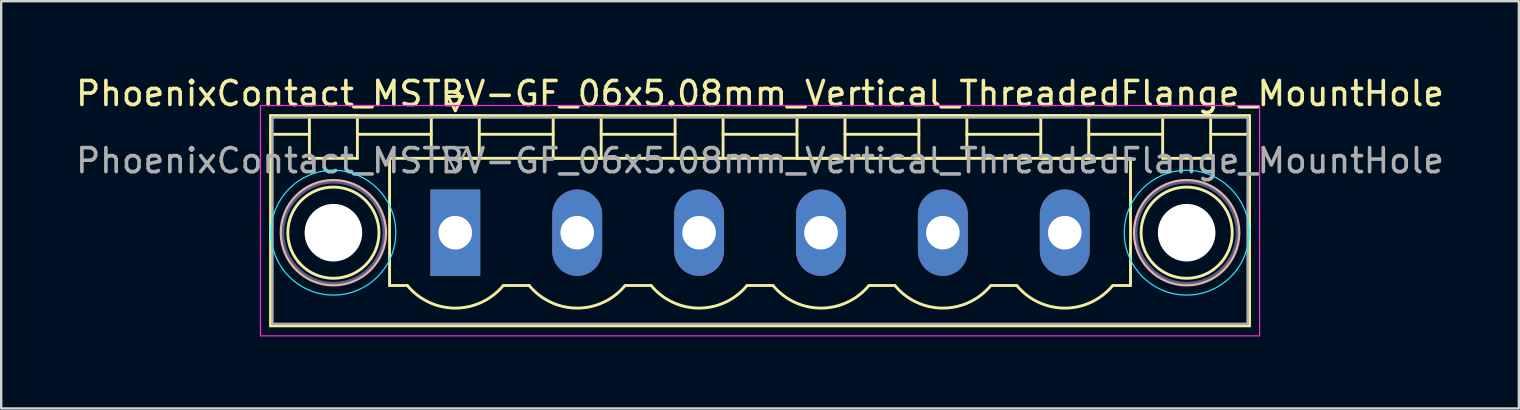
<source format=kicad_pcb>
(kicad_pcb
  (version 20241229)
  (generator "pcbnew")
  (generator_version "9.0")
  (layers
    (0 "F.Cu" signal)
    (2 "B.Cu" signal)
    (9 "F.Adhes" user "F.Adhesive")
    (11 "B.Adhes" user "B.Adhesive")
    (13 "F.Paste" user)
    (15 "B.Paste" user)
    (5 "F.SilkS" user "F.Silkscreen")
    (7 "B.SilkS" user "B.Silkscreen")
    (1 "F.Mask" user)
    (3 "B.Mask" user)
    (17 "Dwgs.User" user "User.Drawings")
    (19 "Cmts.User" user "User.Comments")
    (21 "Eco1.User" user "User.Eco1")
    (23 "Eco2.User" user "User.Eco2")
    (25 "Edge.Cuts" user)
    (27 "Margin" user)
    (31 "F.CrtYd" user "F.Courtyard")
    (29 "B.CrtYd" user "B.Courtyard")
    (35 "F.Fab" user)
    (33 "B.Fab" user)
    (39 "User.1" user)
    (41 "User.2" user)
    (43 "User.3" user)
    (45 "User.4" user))
  (footprint "PhoenixContact_MSTBV-GF_06x5.08mm_Vertical_ThreadedFlange_MountHole"
    (layer "F.Cu")
    (at 15.925 6.648)
    (property "Reference" "PhoenixContact_MSTBV-GF_06x5.08mm_Vertical_ThreadedFlange_MountHole" (at 12.7 -5.8 0) (layer "F.SilkS") (effects (font (size 1 1) (thickness 0.15))))
    (attr through_hole)
    (fp_line (start -7.7 -4.88) (end -7.7 3.88) (stroke (width 0.12) (type solid)) (layer "F.SilkS"))
    (fp_line (start -7.7 -4.1) (end -6.16 -4.1) (stroke (width 0.12) (type solid)) (layer "F.SilkS"))
    (fp_line (start -7.7 3.88) (end 33.1 3.88) (stroke (width 0.12) (type solid)) (layer "F.SilkS"))
    (fp_line (start -6.08 -4.88) (end -4.08 -4.88) (stroke (width 0.12) (type solid)) (layer "F.SilkS"))
    (fp_line (start -6.08 -3.1) (end -6.08 -4.88) (stroke (width 0.12) (type solid)) (layer "F.SilkS"))
    (fp_line (start -4.08 -4.88) (end -4.08 -3.1) (stroke (width 0.12) (type solid)) (layer "F.SilkS"))
    (fp_line (start -4.08 -4.1) (end -1 -4.1) (stroke (width 0.12) (type solid)) (layer "F.SilkS"))
    (fp_line (start -4.08 -3.1) (end -6.08 -3.1) (stroke (width 0.12) (type solid)) (layer "F.SilkS"))
    (fp_line (start -2.74 -3.1) (end 28.14 -3.1) (stroke (width 0.12) (type solid)) (layer "F.SilkS"))
    (fp_line (start -2.74 2.2) (end -2.74 -3.1) (stroke (width 0.12) (type solid)) (layer "F.SilkS"))
    (fp_line (start -2 2.2) (end -2.74 2.2) (stroke (width 0.12) (type solid)) (layer "F.SilkS"))
    (fp_line (start -1 -4.88) (end 1 -4.88) (stroke (width 0.12) (type solid)) (layer "F.SilkS"))
    (fp_line (start -1 -3.1) (end -1 -4.88) (stroke (width 0.12) (type solid)) (layer "F.SilkS"))
    (fp_line (start -0.3 -5.68) (end 0.3 -5.68) (stroke (width 0.12) (type solid)) (layer "F.SilkS"))
    (fp_line (start 0 -5.08) (end -0.3 -5.68) (stroke (width 0.12) (type solid)) (layer "F.SilkS"))
    (fp_line (start 0.3 -5.68) (end 0 -5.08) (stroke (width 0.12) (type solid)) (layer "F.SilkS"))
    (fp_line (start 1 -4.88) (end 1 -3.1) (stroke (width 0.12) (type solid)) (layer "F.SilkS"))
    (fp_line (start 1 -4.1) (end 4.08 -4.1) (stroke (width 0.12) (type solid)) (layer "F.SilkS"))
    (fp_line (start 1 -3.1) (end -1 -3.1) (stroke (width 0.12) (type solid)) (layer "F.SilkS"))
    (fp_line (start 2 2.2) (end 3.08 2.2) (stroke (width 0.12) (type solid)) (layer "F.SilkS"))
    (fp_line (start 4.08 -4.88) (end 6.08 -4.88) (stroke (width 0.12) (type solid)) (layer "F.SilkS"))
    (fp_line (start 4.08 -3.1) (end 4.08 -4.88) (stroke (width 0.12) (type solid)) (layer "F.SilkS"))
    (fp_line (start 6.08 -4.88) (end 6.08 -3.1) (stroke (width 0.12) (type solid)) (layer "F.SilkS"))
    (fp_line (start 6.08 -4.1) (end 9.16 -4.1) (stroke (width 0.12) (type solid)) (layer "F.SilkS"))
    (fp_line (start 6.08 -3.1) (end 4.08 -3.1) (stroke (width 0.12) (type solid)) (layer "F.SilkS"))
    (fp_line (start 7.08 2.2) (end 8.16 2.2) (stroke (width 0.12) (type solid)) (layer "F.SilkS"))
    (fp_line (start 9.16 -4.88) (end 11.16 -4.88) (stroke (width 0.12) (type solid)) (layer "F.SilkS"))
    (fp_line (start 9.16 -3.1) (end 9.16 -4.88) (stroke (width 0.12) (type solid)) (layer "F.SilkS"))
    (fp_line (start 11.16 -4.88) (end 11.16 -3.1) (stroke (width 0.12) (type solid)) (layer "F.SilkS"))
    (fp_line (start 11.16 -4.1) (end 14.24 -4.1) (stroke (width 0.12) (type solid)) (layer "F.SilkS"))
    (fp_line (start 11.16 -3.1) (end 9.16 -3.1) (stroke (width 0.12) (type solid)) (layer "F.SilkS"))
    (fp_line (start 12.16 2.2) (end 13.24 2.2) (stroke (width 0.12) (type solid)) (layer "F.SilkS"))
    (fp_line (start 14.24 -4.88) (end 16.24 -4.88) (stroke (width 0.12) (type solid)) (layer "F.SilkS"))
    (fp_line (start 14.24 -3.1) (end 14.24 -4.88) (stroke (width 0.12) (type solid)) (layer "F.SilkS"))
    (fp_line (start 16.24 -4.88) (end 16.24 -3.1) (stroke (width 0.12) (type solid)) (layer "F.SilkS"))
    (fp_line (start 16.24 -4.1) (end 19.32 -4.1) (stroke (width 0.12) (type solid)) (layer "F.SilkS"))
    (fp_line (start 16.24 -3.1) (end 14.24 -3.1) (stroke (width 0.12) (type solid)) (layer "F.SilkS"))
    (fp_line (start 17.24 2.2) (end 18.32 2.2) (stroke (width 0.12) (type solid)) (layer "F.SilkS"))
    (fp_line (start 19.32 -4.88) (end 21.32 -4.88) (stroke (width 0.12) (type solid)) (layer "F.SilkS"))
    (fp_line (start 19.32 -3.1) (end 19.32 -4.88) (stroke (width 0.12) (type solid)) (layer "F.SilkS"))
    (fp_line (start 21.32 -4.88) (end 21.32 -3.1) (stroke (width 0.12) (type solid)) (layer "F.SilkS"))
    (fp_line (start 21.32 -4.1) (end 24.4 -4.1) (stroke (width 0.12) (type solid)) (layer "F.SilkS"))
    (fp_line (start 21.32 -3.1) (end 19.32 -3.1) (stroke (width 0.12) (type solid)) (layer "F.SilkS"))
    (fp_line (start 22.32 2.2) (end 23.4 2.2) (stroke (width 0.12) (type solid)) (layer "F.SilkS"))
    (fp_line (start 24.4 -4.88) (end 26.4 -4.88) (stroke (width 0.12) (type solid)) (layer "F.SilkS"))
    (fp_line (start 24.4 -3.1) (end 24.4 -4.88) (stroke (width 0.12) (type solid)) (layer "F.SilkS"))
    (fp_line (start 26.4 -4.88) (end 26.4 -3.1) (stroke (width 0.12) (type solid)) (layer "F.SilkS"))
    (fp_line (start 26.4 -4.1) (end 29.48 -4.1) (stroke (width 0.12) (type solid)) (layer "F.SilkS"))
    (fp_line (start 26.4 -3.1) (end 24.4 -3.1) (stroke (width 0.12) (type solid)) (layer "F.SilkS"))
    (fp_line (start 28.14 -3.1) (end 28.14 2.2) (stroke (width 0.12) (type solid)) (layer "F.SilkS"))
    (fp_line (start 28.14 2.2) (end 27.4 2.2) (stroke (width 0.12) (type solid)) (layer "F.SilkS"))
    (fp_line (start 29.48 -4.88) (end 31.48 -4.88) (stroke (width 0.12) (type solid)) (layer "F.SilkS"))
    (fp_line (start 29.48 -3.1) (end 29.48 -4.88) (stroke (width 0.12) (type solid)) (layer "F.SilkS"))
    (fp_line (start 31.48 -4.88) (end 31.48 -3.1) (stroke (width 0.12) (type solid)) (layer "F.SilkS"))
    (fp_line (start 31.48 -3.1) (end 29.48 -3.1) (stroke (width 0.12) (type solid)) (layer "F.SilkS"))
    (fp_line (start 33.1 -4.88) (end -7.7 -4.88) (stroke (width 0.12) (type solid)) (layer "F.SilkS"))
    (fp_line (start 33.1 -4.1) (end 31.56 -4.1) (stroke (width 0.12) (type solid)) (layer "F.SilkS"))
    (fp_line (start 33.1 3.88) (end 33.1 -4.88) (stroke (width 0.12) (type solid)) (layer "F.SilkS"))
    (fp_arc (start 1.986842 2.215821) (mid -0.010289 3.142758) (end -2 2.2) (stroke (width 0.12) (type solid)) (layer "F.SilkS"))
    (fp_arc (start 7.066842 2.215821) (mid 5.069711 3.142758) (end 3.08 2.2) (stroke (width 0.12) (type solid)) (layer "F.SilkS"))
    (fp_arc (start 12.146842 2.215821) (mid 10.149711 3.142758) (end 8.16 2.2) (stroke (width 0.12) (type solid)) (layer "F.SilkS"))
    (fp_arc (start 17.226842 2.215821) (mid 15.229711 3.142758) (end 13.24 2.2) (stroke (width 0.12) (type solid)) (layer "F.SilkS"))
    (fp_arc (start 22.306842 2.215821) (mid 20.309711 3.142758) (end 18.32 2.2) (stroke (width 0.12) (type solid)) (layer "F.SilkS"))
    (fp_arc (start 27.386842 2.215821) (mid 25.389711 3.142758) (end 23.4 2.2) (stroke (width 0.12) (type solid)) (layer "F.SilkS"))
    (fp_circle (center -5.08 0) (end -3.18 0) (stroke (width 0.12) (type solid)) (fill no) (layer "F.SilkS"))
    (fp_circle (center 30.48 0) (end 32.38 0) (stroke (width 0.12) (type solid)) (fill no) (layer "F.SilkS"))
    (fp_circle (center -5.08 0) (end -2.9 0) (stroke (width 0.12) (type solid)) (fill no) (layer "B.SilkS"))
    (fp_circle (center 30.48 0) (end 32.66 0) (stroke (width 0.12) (type solid)) (fill no) (layer "B.SilkS"))
    (fp_circle (center -5.08 0) (end -2.48 0) (stroke (width 0.05) (type solid)) (fill no) (layer "B.CrtYd"))
    (fp_circle (center 30.48 0) (end 33.08 0) (stroke (width 0.05) (type solid)) (fill no) (layer "B.CrtYd"))
    (fp_line (start -8.12 -5.3) (end -8.12 4.3) (stroke (width 0.05) (type solid)) (layer "F.CrtYd"))
    (fp_line (start -8.12 4.3) (end 33.52 4.3) (stroke (width 0.05) (type solid)) (layer "F.CrtYd"))
    (fp_line (start 33.52 -5.3) (end -8.12 -5.3) (stroke (width 0.05) (type solid)) (layer "F.CrtYd"))
    (fp_line (start 33.52 4.3) (end 33.52 -5.3) (stroke (width 0.05) (type solid)) (layer "F.CrtYd"))
    (fp_circle (center -5.08 0) (end -2.98 0) (stroke (width 0.1) (type solid)) (fill no) (layer "B.Fab"))
    (fp_circle (center 30.48 0) (end 32.58 0) (stroke (width 0.1) (type solid)) (fill no) (layer "B.Fab"))
    (fp_line (start -7.62 -4.8) (end -7.62 3.8) (stroke (width 0.1) (type solid)) (layer "F.Fab"))
    (fp_line (start -7.62 3.8) (end 33.02 3.8) (stroke (width 0.1) (type solid)) (layer "F.Fab"))
    (fp_line (start -0.5 -3.55) (end 0.5 -3.55) (stroke (width 0.1) (type solid)) (layer "F.Fab"))
    (fp_line (start 0 -2.55) (end -0.5 -3.55) (stroke (width 0.1) (type solid)) (layer "F.Fab"))
    (fp_line (start 0.5 -3.55) (end 0 -2.55) (stroke (width 0.1) (type solid)) (layer "F.Fab"))
    (fp_line (start 33.02 -4.8) (end -7.62 -4.8) (stroke (width 0.1) (type solid)) (layer "F.Fab"))
    (fp_line (start 33.02 3.8) (end 33.02 -4.8) (stroke (width 0.1) (type solid)) (layer "F.Fab"))
    (fp_text user "${REFERENCE}" (at 12.7 -3 0) (layer "F.Fab") (effects (font (size 1 1) (thickness 0.15))))
    (pad "" np_thru_hole circle (at -5.08 0) (size 2.4 2.4) (drill 2.4) (layers "*.Cu" "*.Mask"))
    (pad "" np_thru_hole circle (at 30.48 0) (size 2.4 2.4) (drill 2.4) (layers "*.Cu" "*.Mask"))
    (pad "1" thru_hole rect (at 0 0) (size 2.08 3.6) (drill 1.4) (layers "*.Cu" "*.Mask"))
    (pad "2" thru_hole oval (at 5.08 0) (size 2.08 3.6) (drill 1.4) (layers "*.Cu" "*.Mask"))
    (pad "3" thru_hole oval (at 10.16 0) (size 2.08 3.6) (drill 1.4) (layers "*.Cu" "*.Mask"))
    (pad "4" thru_hole oval (at 15.24 0) (size 2.08 3.6) (drill 1.4) (layers "*.Cu" "*.Mask"))
    (pad "5" thru_hole oval (at 20.32 0) (size 2.08 3.6) (drill 1.4) (layers "*.Cu" "*.Mask"))
    (pad "6" thru_hole oval (at 25.4 0) (size 2.08 3.6) (drill 1.4) (layers "*.Cu" "*.Mask")))
  (gr_rect
    (start -3 -3)
    (end 60.25 13.973)
    (stroke (width 0.1) (type default))
    (fill no)
    (layer "Edge.Cuts")))
</source>
